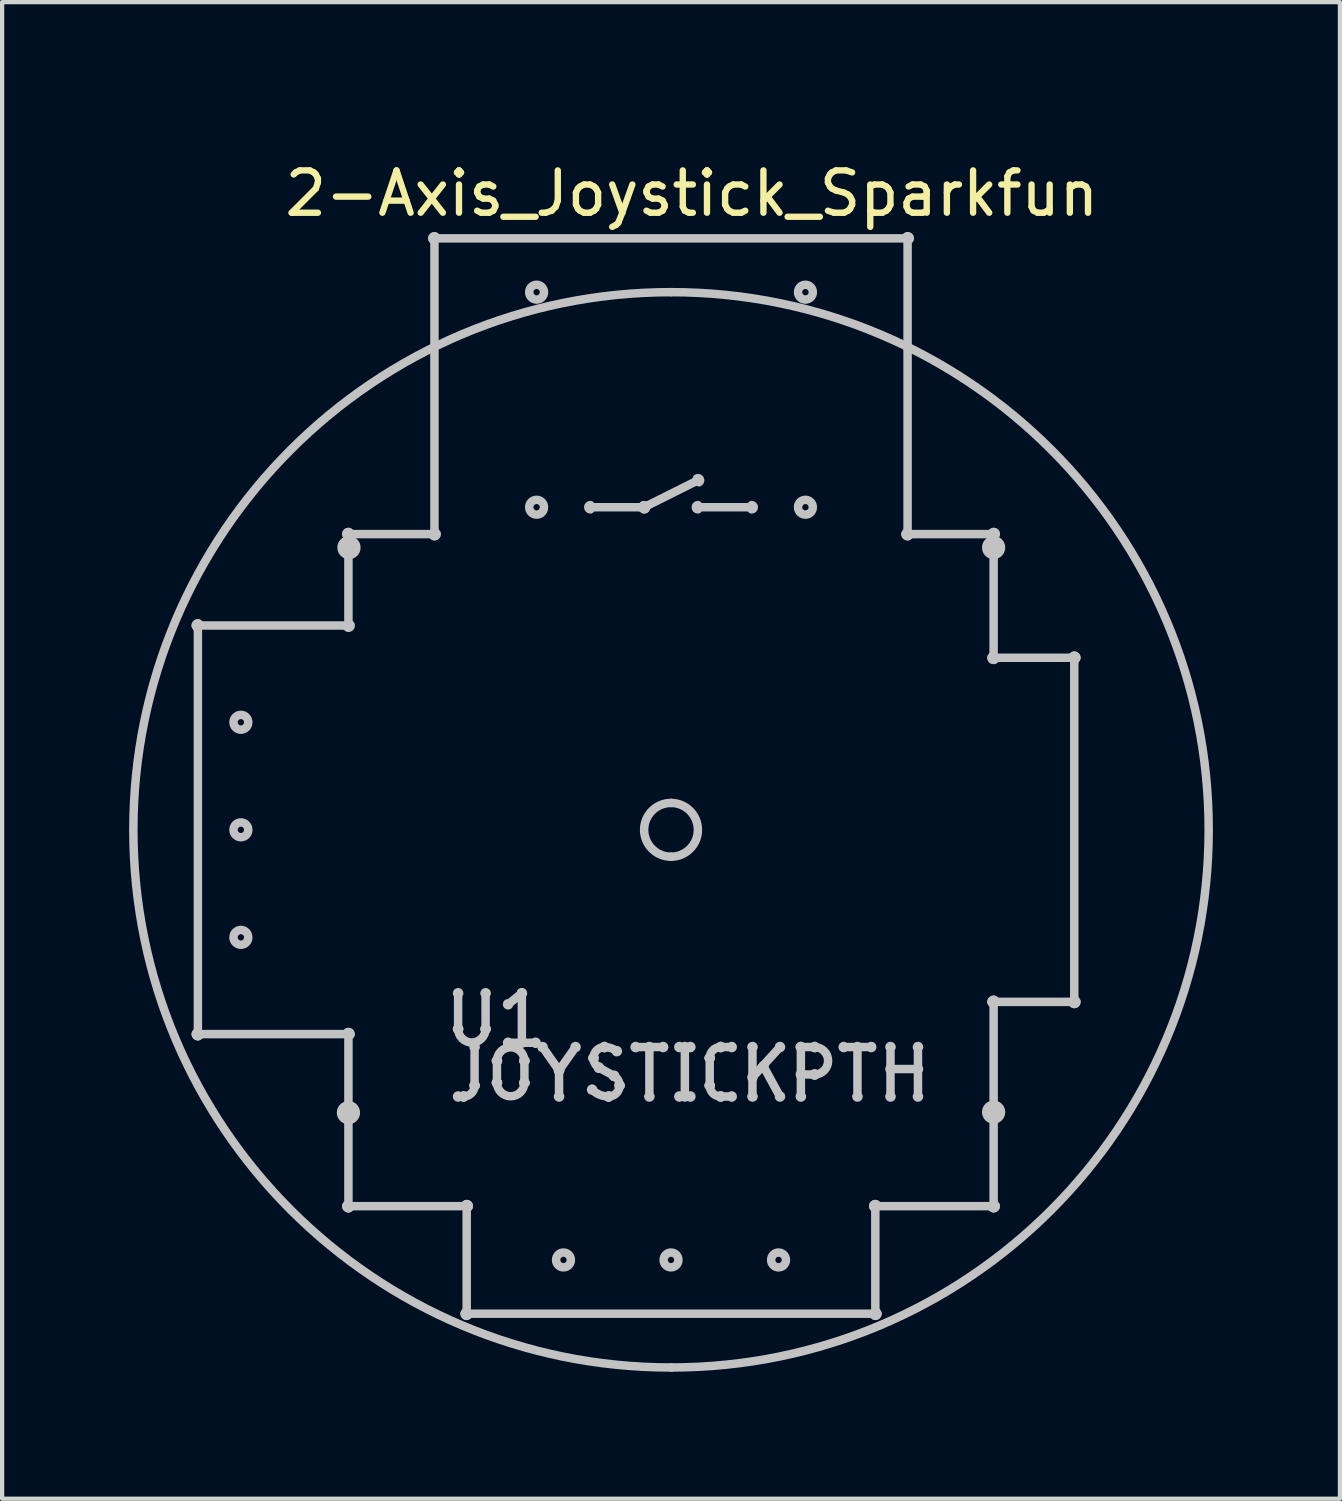
<source format=kicad_pcb>
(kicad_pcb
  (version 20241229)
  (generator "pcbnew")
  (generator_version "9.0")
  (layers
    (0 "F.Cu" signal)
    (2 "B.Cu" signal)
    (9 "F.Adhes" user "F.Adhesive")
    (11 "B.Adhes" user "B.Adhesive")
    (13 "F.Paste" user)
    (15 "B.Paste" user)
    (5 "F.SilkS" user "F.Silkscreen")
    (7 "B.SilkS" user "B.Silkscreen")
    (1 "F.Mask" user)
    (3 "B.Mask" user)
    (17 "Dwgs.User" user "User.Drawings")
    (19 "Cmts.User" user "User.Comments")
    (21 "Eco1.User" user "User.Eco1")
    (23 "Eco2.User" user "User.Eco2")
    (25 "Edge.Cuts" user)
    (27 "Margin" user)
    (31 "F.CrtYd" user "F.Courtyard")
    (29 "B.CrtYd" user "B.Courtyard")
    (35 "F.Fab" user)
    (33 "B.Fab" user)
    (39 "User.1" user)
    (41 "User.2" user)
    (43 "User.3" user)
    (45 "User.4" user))
  (footprint "2-Axis_Joystick_Sparkfun"
    (layer "F.Cu")
    (at 13.292 0.25)
    (property "Reference" "2-Axis_Joystick_Sparkfun" (at 0 1.27 0) (layer "F.SilkS") (effects (font (size 1 1) (thickness 0.15))))
    (attr through_hole)
    (fp_line (start -11.668 11.475) (end -11.668 21.127) (stroke (width 0.2) (type solid)) (layer "Dwgs.User"))
    (fp_line (start -8.112 11.475) (end -11.668 11.475) (stroke (width 0.2) (type solid)) (layer "Dwgs.User"))
    (fp_line (start -8.112 11.475) (end -8.112 9.316) (stroke (width 0.2) (type solid)) (layer "Dwgs.User"))
    (fp_line (start -8.112 21.127) (end -11.668 21.127) (stroke (width 0.2) (type solid)) (layer "Dwgs.User"))
    (fp_line (start -8.112 21.127) (end -8.112 25.191) (stroke (width 0.2) (type solid)) (layer "Dwgs.User"))
    (fp_line (start -6.08 2.331) (end -6.08 9.316) (stroke (width 0.2) (type solid)) (layer "Dwgs.User"))
    (fp_line (start -6.08 9.316) (end -8.112 9.316) (stroke (width 0.2) (type solid)) (layer "Dwgs.User"))
    (fp_line (start -5.521 20.162) (end -5.521 21.006) (stroke (width 0.2) (type solid)) (layer "Dwgs.User"))
    (fp_line (start -5.391 22.601) (end -5.521 22.601) (stroke (width 0.2) (type solid)) (layer "Dwgs.User"))
    (fp_line (start -5.318 25.191) (end -8.112 25.191) (stroke (width 0.2) (type solid)) (layer "Dwgs.User"))
    (fp_line (start -5.318 27.731) (end -5.318 25.191) (stroke (width 0.2) (type solid)) (layer "Dwgs.User"))
    (fp_line (start -5.132 21.432) (end -5.132 22.341) (stroke (width 0.2) (type solid)) (layer "Dwgs.User"))
    (fp_line (start -4.872 21.006) (end -4.872 20.162) (stroke (width 0.2) (type solid)) (layer "Dwgs.User"))
    (fp_line (start -4.604 22.276) (end -4.604 21.757) (stroke (width 0.2) (type solid)) (layer "Dwgs.User"))
    (fp_line (start -4.34 20.422) (end -4.015 20.162) (stroke (width 0.2) (type solid)) (layer "Dwgs.User"))
    (fp_line (start -4.34 21.331) (end -3.691 21.331) (stroke (width 0.2) (type solid)) (layer "Dwgs.User"))
    (fp_line (start -4.015 20.162) (end -4.015 21.331) (stroke (width 0.2) (type solid)) (layer "Dwgs.User"))
    (fp_line (start -3.955 21.757) (end -3.955 22.276) (stroke (width 0.2) (type solid)) (layer "Dwgs.User"))
    (fp_line (start -3.526 21.432) (end -3.137 21.984) (stroke (width 0.2) (type solid)) (layer "Dwgs.User"))
    (fp_line (start -3.137 21.984) (end -2.747 21.432) (stroke (width 0.2) (type solid)) (layer "Dwgs.User"))
    (fp_line (start -3.137 22.601) (end -3.137 21.984) (stroke (width 0.2) (type solid)) (layer "Dwgs.User"))
    (fp_line (start -2.397 8.681) (end -1.127 8.681) (stroke (width 0.2) (type solid)) (layer "Dwgs.User"))
    (fp_line (start -1.837 22.114) (end -2.194 21.919) (stroke (width 0.2) (type solid)) (layer "Dwgs.User"))
    (fp_line (start -1.328 21.432) (end -0.679 21.432) (stroke (width 0.2) (type solid)) (layer "Dwgs.User"))
    (fp_line (start -1.127 8.681) (end 0.143 8.046) (stroke (width 0.2) (type solid)) (layer "Dwgs.User"))
    (fp_line (start -1.003 22.601) (end -1.003 21.432) (stroke (width 0.2) (type solid)) (layer "Dwgs.User"))
    (fp_line (start -0.295 21.432) (end -0.035 21.432) (stroke (width 0.2) (type solid)) (layer "Dwgs.User"))
    (fp_line (start -0.295 22.601) (end -0.035 22.601) (stroke (width 0.2) (type solid)) (layer "Dwgs.User"))
    (fp_line (start -0.165 21.432) (end -0.165 22.601) (stroke (width 0.2) (type solid)) (layer "Dwgs.User"))
    (fp_line (start 0.143 8.681) (end 1.413 8.681) (stroke (width 0.2) (type solid)) (layer "Dwgs.User"))
    (fp_line (start 0.422 22.341) (end 0.422 21.692) (stroke (width 0.2) (type solid)) (layer "Dwgs.User"))
    (fp_line (start 0.681 21.432) (end 0.941 21.432) (stroke (width 0.2) (type solid)) (layer "Dwgs.User"))
    (fp_line (start 0.941 22.601) (end 0.681 22.601) (stroke (width 0.2) (type solid)) (layer "Dwgs.User"))
    (fp_line (start 1.432 22.601) (end 1.432 21.432) (stroke (width 0.2) (type solid)) (layer "Dwgs.User"))
    (fp_line (start 2.082 21.432) (end 1.432 22.146) (stroke (width 0.2) (type solid)) (layer "Dwgs.User"))
    (fp_line (start 2.082 22.601) (end 1.692 21.887) (stroke (width 0.2) (type solid)) (layer "Dwgs.User"))
    (fp_line (start 2.575 21.432) (end 2.9 21.432) (stroke (width 0.2) (type solid)) (layer "Dwgs.User"))
    (fp_line (start 2.575 22.601) (end 2.575 21.432) (stroke (width 0.2) (type solid)) (layer "Dwgs.User"))
    (fp_line (start 2.9 22.081) (end 2.575 22.081) (stroke (width 0.2) (type solid)) (layer "Dwgs.User"))
    (fp_line (start 3.587 21.432) (end 4.236 21.432) (stroke (width 0.2) (type solid)) (layer "Dwgs.User"))
    (fp_line (start 3.912 22.601) (end 3.912 21.432) (stroke (width 0.2) (type solid)) (layer "Dwgs.User"))
    (fp_line (start 4.334 25.191) (end 7.128 25.191) (stroke (width 0.2) (type solid)) (layer "Dwgs.User"))
    (fp_line (start 4.334 27.731) (end -5.318 27.731) (stroke (width 0.2) (type solid)) (layer "Dwgs.User"))
    (fp_line (start 4.334 27.731) (end 4.334 25.191) (stroke (width 0.2) (type solid)) (layer "Dwgs.User"))
    (fp_line (start 4.692 21.951) (end 5.341 21.951) (stroke (width 0.2) (type solid)) (layer "Dwgs.User"))
    (fp_line (start 4.692 22.601) (end 4.692 21.432) (stroke (width 0.2) (type solid)) (layer "Dwgs.User"))
    (fp_line (start 5.096 2.331) (end -6.08 2.331) (stroke (width 0.2) (type solid)) (layer "Dwgs.User"))
    (fp_line (start 5.096 2.331) (end 5.096 9.316) (stroke (width 0.2) (type solid)) (layer "Dwgs.User"))
    (fp_line (start 5.341 21.432) (end 5.341 22.601) (stroke (width 0.2) (type solid)) (layer "Dwgs.User"))
    (fp_line (start 7.128 9.316) (end 5.096 9.316) (stroke (width 0.2) (type solid)) (layer "Dwgs.User"))
    (fp_line (start 7.128 12.237) (end 7.128 9.316) (stroke (width 0.2) (type solid)) (layer "Dwgs.User"))
    (fp_line (start 7.128 12.237) (end 9.033 12.237) (stroke (width 0.2) (type solid)) (layer "Dwgs.User"))
    (fp_line (start 7.128 20.365) (end 7.128 25.191) (stroke (width 0.2) (type solid)) (layer "Dwgs.User"))
    (fp_line (start 7.128 20.365) (end 9.033 20.365) (stroke (width 0.2) (type solid)) (layer "Dwgs.User"))
    (fp_line (start 9.033 12.237) (end 9.033 20.365) (stroke (width 0.2) (type solid)) (layer "Dwgs.User"))
    (fp_arc (start -11.7187 11.4753) (mid -11.6679 11.4245) (end -11.6171 11.4753) (stroke (width 0.2) (type solid)) (layer "Dwgs.User"))
    (fp_arc (start -11.6679 11.5261) (mid -11.7187 11.4753) (end -11.6679 11.4245) (stroke (width 0.2) (type solid)) (layer "Dwgs.User"))
    (fp_arc (start -11.6679 21.1781) (mid -11.7187 21.1273) (end -11.6679 21.0765) (stroke (width 0.2) (type solid)) (layer "Dwgs.User"))
    (fp_arc (start -11.6171 21.1273) (mid -11.6679 21.1781) (end -11.7187 21.1273) (stroke (width 0.2) (type solid)) (layer "Dwgs.User"))
    (fp_arc (start -8.1627 9.3163) (mid -8.1119 9.2655) (end -8.0611 9.3163) (stroke (width 0.2) (type solid)) (layer "Dwgs.User"))
    (fp_arc (start -8.1627 21.1273) (mid -8.1119 21.0765) (end -8.0611 21.1273) (stroke (width 0.2) (type solid)) (layer "Dwgs.User"))
    (fp_arc (start -8.1119 9.3671) (mid -8.1627 9.3163) (end -8.1119 9.2655) (stroke (width 0.2) (type solid)) (layer "Dwgs.User"))
    (fp_arc (start -8.1119 11.4245) (mid -8.0611 11.4753) (end -8.1119 11.5261) (stroke (width 0.2) (type solid)) (layer "Dwgs.User"))
    (fp_arc (start -8.1119 21.0765) (mid -8.0611 21.1273) (end -8.1119 21.1781) (stroke (width 0.2) (type solid)) (layer "Dwgs.User"))
    (fp_arc (start -8.1119 25.2421) (mid -8.1627 25.1913) (end -8.1119 25.1405) (stroke (width 0.2) (type solid)) (layer "Dwgs.User"))
    (fp_arc (start -8.0611 11.4753) (mid -8.1119 11.5261) (end -8.1627 11.4753) (stroke (width 0.2) (type solid)) (layer "Dwgs.User"))
    (fp_arc (start -8.0611 25.1913) (mid -8.1119 25.2421) (end -8.1627 25.1913) (stroke (width 0.2) (type solid)) (layer "Dwgs.User"))
    (fp_arc (start -6.1307 2.3313) (mid -6.0799 2.2805) (end -6.0291 2.3313) (stroke (width 0.2) (type solid)) (layer "Dwgs.User"))
    (fp_arc (start -6.0799 2.3821) (mid -6.1307 2.3313) (end -6.0799 2.2805) (stroke (width 0.2) (type solid)) (layer "Dwgs.User"))
    (fp_arc (start -6.0799 9.2655) (mid -6.0291 9.3163) (end -6.0799 9.3671) (stroke (width 0.2) (type solid)) (layer "Dwgs.User"))
    (fp_arc (start -6.0291 9.3163) (mid -6.0799 9.3671) (end -6.1307 9.3163) (stroke (width 0.2) (type solid)) (layer "Dwgs.User"))
    (fp_arc (start -5.546502 20.1621) (mid -5.521101 20.136699) (end -5.4957 20.1621) (stroke (width 0.2) (type solid)) (layer "Dwgs.User"))
    (fp_arc (start -5.546502 21.0059) (mid -5.521101 20.980499) (end -5.4957 21.0059) (stroke (width 0.2) (type solid)) (layer "Dwgs.User"))
    (fp_arc (start -5.5211 22.6259) (mid -5.5465 22.6005) (end -5.5211 22.5751) (stroke (width 0.2) (type solid)) (layer "Dwgs.User"))
    (fp_arc (start -5.495702 21.0059) (mid -5.521101 21.031299) (end -5.5465 21.0059) (stroke (width 0.2) (type solid)) (layer "Dwgs.User"))
    (fp_arc (start -5.3913 22.5751) (mid -5.3659 22.6005) (end -5.3913 22.6259) (stroke (width 0.2) (type solid)) (layer "Dwgs.User"))
    (fp_arc (start -5.3913 22.6259) (mid -5.4167 22.6005) (end -5.3913 22.5751) (stroke (width 0.2) (type solid)) (layer "Dwgs.User"))
    (fp_arc (start -5.3687 25.1913) (mid -5.3179 25.1405) (end -5.2671 25.1913) (stroke (width 0.2) (type solid)) (layer "Dwgs.User"))
    (fp_arc (start -5.3179 25.1405) (mid -5.2671 25.1913) (end -5.3179 25.2421) (stroke (width 0.2) (type solid)) (layer "Dwgs.User"))
    (fp_arc (start -5.3179 27.7821) (mid -5.3687 27.7313) (end -5.3179 27.6805) (stroke (width 0.2) (type solid)) (layer "Dwgs.User"))
    (fp_arc (start -5.2671 27.7313) (mid -5.3179 27.7821) (end -5.3687 27.7313) (stroke (width 0.2) (type solid)) (layer "Dwgs.User"))
    (fp_arc (start -5.157 21.4321) (mid -5.1316 21.4067) (end -5.1062 21.4321) (stroke (width 0.2) (type solid)) (layer "Dwgs.User"))
    (fp_arc (start -5.157 22.3409) (mid -5.1316 22.3155) (end -5.1062 22.3409) (stroke (width 0.2) (type solid)) (layer "Dwgs.User"))
    (fp_arc (start -5.131601 22.340899) (mid -5.207687 22.524483) (end -5.3913 22.6005) (stroke (width 0.2) (type solid)) (layer "Dwgs.User"))
    (fp_arc (start -5.1062 22.3409) (mid -5.1316 22.3663) (end -5.157 22.3409) (stroke (width 0.2) (type solid)) (layer "Dwgs.User"))
    (fp_arc (start -4.8974 20.1621) (mid -4.872 20.1367) (end -4.8466 20.1621) (stroke (width 0.2) (type solid)) (layer "Dwgs.User"))
    (fp_arc (start -4.8974 21.0059) (mid -4.872 20.9805) (end -4.8466 21.0059) (stroke (width 0.2) (type solid)) (layer "Dwgs.User"))
    (fp_arc (start -4.872 21.0059) (mid -5.19655 21.33045) (end -5.5211 21.0059) (stroke (width 0.2) (type solid)) (layer "Dwgs.User"))
    (fp_arc (start -4.8466 21.0059) (mid -4.872 21.0313) (end -4.8974 21.0059) (stroke (width 0.2) (type solid)) (layer "Dwgs.User"))
    (fp_arc (start -4.6297 21.7567) (mid -4.6043 21.7313) (end -4.5789 21.7567) (stroke (width 0.2) (type solid)) (layer "Dwgs.User"))
    (fp_arc (start -4.6297 22.2759) (mid -4.6043 22.2505) (end -4.5789 22.2759) (stroke (width 0.2) (type solid)) (layer "Dwgs.User"))
    (fp_arc (start -4.6043 21.7567) (mid -4.27975 21.43215) (end -3.9552 21.7567) (stroke (width 0.2) (type solid)) (layer "Dwgs.User"))
    (fp_arc (start -4.5789 21.7567) (mid -4.6043 21.7821) (end -4.6297 21.7567) (stroke (width 0.2) (type solid)) (layer "Dwgs.User"))
    (fp_arc (start -4.5789 22.2759) (mid -4.6043 22.3013) (end -4.6297 22.2759) (stroke (width 0.2) (type solid)) (layer "Dwgs.User"))
    (fp_arc (start -4.34 21.3559) (mid -4.3654 21.3305) (end -4.34 21.3051) (stroke (width 0.2) (type solid)) (layer "Dwgs.User"))
    (fp_arc (start -4.3241 20.4416) (mid -4.35985 20.43765) (end -4.3559 20.4019) (stroke (width 0.2) (type solid)) (layer "Dwgs.User"))
    (fp_arc (start -4.0409 20.1621) (mid -4.01545 20.13665) (end -3.99 20.1621) (stroke (width 0.2) (type solid)) (layer "Dwgs.User"))
    (fp_arc (start -4.0313 20.1423) (mid -3.99565 20.14625) (end -3.9996 20.1819) (stroke (width 0.2) (type solid)) (layer "Dwgs.User"))
    (fp_arc (start -3.99 21.3305) (mid -4.01545 21.35595) (end -4.0409 21.3305) (stroke (width 0.2) (type solid)) (layer "Dwgs.User"))
    (fp_arc (start -3.980602 21.7567) (mid -3.955201 21.731299) (end -3.9298 21.7567) (stroke (width 0.2) (type solid)) (layer "Dwgs.User"))
    (fp_arc (start -3.980602 22.2759) (mid -3.955201 22.250499) (end -3.9298 22.2759) (stroke (width 0.2) (type solid)) (layer "Dwgs.User"))
    (fp_arc (start -3.9552 22.2759) (mid -4.27975 22.60045) (end -4.6043 22.2759) (stroke (width 0.2) (type solid)) (layer "Dwgs.User"))
    (fp_arc (start -3.929802 21.7567) (mid -3.955201 21.782099) (end -3.9806 21.7567) (stroke (width 0.2) (type solid)) (layer "Dwgs.User"))
    (fp_arc (start -3.929802 22.2759) (mid -3.955201 22.301299) (end -3.9806 22.2759) (stroke (width 0.2) (type solid)) (layer "Dwgs.User"))
    (fp_arc (start -3.6909 21.3051) (mid -3.6655 21.3305) (end -3.6909 21.3559) (stroke (width 0.2) (type solid)) (layer "Dwgs.User"))
    (fp_arc (start -3.547 21.4467) (mid -3.54085 21.41135) (end -3.5055 21.4175) (stroke (width 0.2) (type solid)) (layer "Dwgs.User"))
    (fp_arc (start -3.162102 21.9838) (mid -3.136701 21.958399) (end -3.1113 21.9838) (stroke (width 0.2) (type solid)) (layer "Dwgs.User"))
    (fp_arc (start -3.116 21.9692) (mid -3.1221 22.0046) (end -3.1575 21.9985) (stroke (width 0.2) (type solid)) (layer "Dwgs.User"))
    (fp_arc (start -3.116 21.9985) (mid -3.1514 22.0046) (end -3.1575 21.9692) (stroke (width 0.2) (type solid)) (layer "Dwgs.User"))
    (fp_arc (start -3.111302 22.6005) (mid -3.136701 22.625899) (end -3.1621 22.6005) (stroke (width 0.2) (type solid)) (layer "Dwgs.User"))
    (fp_arc (start -2.768 21.4175) (mid -2.73265 21.41135) (end -2.7265 21.4467) (stroke (width 0.2) (type solid)) (layer "Dwgs.User"))
    (fp_arc (start -2.3969 8.7321) (mid -2.4477 8.6813) (end -2.3969 8.6305) (stroke (width 0.2) (type solid)) (layer "Dwgs.User"))
    (fp_arc (start -2.3744 22.4561) (mid -2.3743 22.4202) (end -2.3384 22.4203) (stroke (width 0.2) (type solid)) (layer "Dwgs.User"))
    (fp_arc (start -2.3493 21.6917) (mid -2.3239 21.6663) (end -2.2985 21.6917) (stroke (width 0.2) (type solid)) (layer "Dwgs.User"))
    (fp_arc (start -2.323901 21.691701) (mid -2.247864 21.508137) (end -2.0643 21.4321) (stroke (width 0.2) (type solid)) (layer "Dwgs.User"))
    (fp_arc (start -2.2985 21.6917) (mid -2.3239 21.7171) (end -2.3493 21.6917) (stroke (width 0.2) (type solid)) (layer "Dwgs.User"))
    (fp_arc (start -2.2063 21.9412) (mid -2.21645 21.90675) (end -2.182 21.8966) (stroke (width 0.2) (type solid)) (layer "Dwgs.User"))
    (fp_arc (start -2.194101 21.9189) (mid -2.289173 21.822537) (end -2.3239 21.6917) (stroke (width 0.2) (type solid)) (layer "Dwgs.User"))
    (fp_arc (start -2.1812 21.8971) (mid -2.17225 21.93185) (end -2.207 21.9408) (stroke (width 0.2) (type solid)) (layer "Dwgs.User"))
    (fp_arc (start -2.0643 21.4067) (mid -2.0389 21.4321) (end -2.0643 21.4575) (stroke (width 0.2) (type solid)) (layer "Dwgs.User"))
    (fp_arc (start -2.0643 21.4321) (mid -1.910346 21.457096) (end -1.7722 21.5295) (stroke (width 0.2) (type solid)) (layer "Dwgs.User"))
    (fp_arc (start -2.0643 21.4575) (mid -2.0897 21.4321) (end -2.0643 21.4067) (stroke (width 0.2) (type solid)) (layer "Dwgs.User"))
    (fp_arc (start -1.9669 22.5751) (mid -1.9415 22.6005) (end -1.9669 22.6259) (stroke (width 0.2) (type solid)) (layer "Dwgs.User"))
    (fp_arc (start -1.9669 22.6005) (mid -2.17788 22.5583) (end -2.3564 22.4382) (stroke (width 0.2) (type solid)) (layer "Dwgs.User"))
    (fp_arc (start -1.9669 22.6259) (mid -1.9923 22.6005) (end -1.9669 22.5751) (stroke (width 0.2) (type solid)) (layer "Dwgs.User"))
    (fp_arc (start -1.85 22.1356) (mid -1.859 22.1008) (end -1.8242 22.0918) (stroke (width 0.2) (type solid)) (layer "Dwgs.User"))
    (fp_arc (start -1.837101 22.1137) (mid -1.742029 22.210062) (end -1.7073 22.3409) (stroke (width 0.2) (type solid)) (layer "Dwgs.User"))
    (fp_arc (start -1.8249 22.0914) (mid -1.8148 22.1259) (end -1.8493 22.136) (stroke (width 0.2) (type solid)) (layer "Dwgs.User"))
    (fp_arc (start -1.757 21.5091) (mid -1.75185 21.54465) (end -1.7874 21.5498) (stroke (width 0.2) (type solid)) (layer "Dwgs.User"))
    (fp_arc (start -1.7327 22.3409) (mid -1.7073 22.3155) (end -1.6819 22.3409) (stroke (width 0.2) (type solid)) (layer "Dwgs.User"))
    (fp_arc (start -1.707301 22.340899) (mid -1.783337 22.524462) (end -1.9669 22.6005) (stroke (width 0.2) (type solid)) (layer "Dwgs.User"))
    (fp_arc (start -1.6819 22.3409) (mid -1.7073 22.3663) (end -1.7327 22.3409) (stroke (width 0.2) (type solid)) (layer "Dwgs.User"))
    (fp_arc (start -1.3277 21.4575) (mid -1.3531 21.4321) (end -1.3277 21.4067) (stroke (width 0.2) (type solid)) (layer "Dwgs.User"))
    (fp_arc (start -1.1269 8.6305) (mid -1.0761 8.6813) (end -1.1269 8.7321) (stroke (width 0.2) (type solid)) (layer "Dwgs.User"))
    (fp_arc (start -1.1042 8.7267) (mid -1.1723 8.704) (end -1.1496 8.6359) (stroke (width 0.2) (type solid)) (layer "Dwgs.User"))
    (fp_arc (start -1.0285 21.4321) (mid -1.0031 21.4067) (end -0.9777 21.4321) (stroke (width 0.2) (type solid)) (layer "Dwgs.User"))
    (fp_arc (start -0.9777 22.6005) (mid -1.0031 22.6259) (end -1.0285 22.6005) (stroke (width 0.2) (type solid)) (layer "Dwgs.User"))
    (fp_arc (start -0.6786 21.4067) (mid -0.6532 21.4321) (end -0.6786 21.4575) (stroke (width 0.2) (type solid)) (layer "Dwgs.User"))
    (fp_arc (start -0.4919 3.6013) (mid 12.2081 16.3013) (end -0.4919 29.0013) (stroke (width 0.2) (type solid)) (layer "Dwgs.User"))
    (fp_arc (start -0.4919 15.6663) (mid 0.1431 16.3013) (end -0.4919 16.9363) (stroke (width 0.2) (type solid)) (layer "Dwgs.User"))
    (fp_arc (start -0.4919 16.9363) (mid -1.1269 16.3013) (end -0.4919 15.6663) (stroke (width 0.2) (type solid)) (layer "Dwgs.User"))
    (fp_arc (start -0.4919 29.0013) (mid -13.1919 16.3013) (end -0.4919 3.6013) (stroke (width 0.2) (type solid)) (layer "Dwgs.User"))
    (fp_arc (start -0.2948 21.4575) (mid -0.3202 21.4321) (end -0.2948 21.4067) (stroke (width 0.2) (type solid)) (layer "Dwgs.User"))
    (fp_arc (start -0.2948 22.6259) (mid -0.3202 22.6005) (end -0.2948 22.5751) (stroke (width 0.2) (type solid)) (layer "Dwgs.User"))
    (fp_arc (start -0.1903 21.4321) (mid -0.1649 21.4067) (end -0.1395 21.4321) (stroke (width 0.2) (type solid)) (layer "Dwgs.User"))
    (fp_arc (start -0.1395 22.6005) (mid -0.1649 22.6259) (end -0.1903 22.6005) (stroke (width 0.2) (type solid)) (layer "Dwgs.User"))
    (fp_arc (start -0.0351 21.4067) (mid -0.0097 21.4321) (end -0.0351 21.4575) (stroke (width 0.2) (type solid)) (layer "Dwgs.User"))
    (fp_arc (start -0.0351 22.5751) (mid -0.0097 22.6005) (end -0.0351 22.6259) (stroke (width 0.2) (type solid)) (layer "Dwgs.User"))
    (fp_arc (start 0.1204 8.0009) (mid 0.1885 8.0236) (end 0.1658 8.0917) (stroke (width 0.2) (type solid)) (layer "Dwgs.User"))
    (fp_arc (start 0.1431 8.7321) (mid 0.0923 8.6813) (end 0.1431 8.6305) (stroke (width 0.2) (type solid)) (layer "Dwgs.User"))
    (fp_arc (start 0.3962 21.6917) (mid 0.4216 21.6663) (end 0.447 21.6917) (stroke (width 0.2) (type solid)) (layer "Dwgs.User"))
    (fp_arc (start 0.3962 22.3409) (mid 0.4216 22.3155) (end 0.447 22.3409) (stroke (width 0.2) (type solid)) (layer "Dwgs.User"))
    (fp_arc (start 0.421599 21.691701) (mid 0.497636 21.508137) (end 0.6812 21.4321) (stroke (width 0.2) (type solid)) (layer "Dwgs.User"))
    (fp_arc (start 0.447 21.6917) (mid 0.4216 21.7171) (end 0.3962 21.6917) (stroke (width 0.2) (type solid)) (layer "Dwgs.User"))
    (fp_arc (start 0.447 22.3409) (mid 0.4216 22.3663) (end 0.3962 22.3409) (stroke (width 0.2) (type solid)) (layer "Dwgs.User"))
    (fp_arc (start 0.6812 21.4067) (mid 0.7066 21.4321) (end 0.6812 21.4575) (stroke (width 0.2) (type solid)) (layer "Dwgs.User"))
    (fp_arc (start 0.6812 21.4575) (mid 0.6558 21.4321) (end 0.6812 21.4067) (stroke (width 0.2) (type solid)) (layer "Dwgs.User"))
    (fp_arc (start 0.6812 22.5751) (mid 0.7066 22.6005) (end 0.6812 22.6259) (stroke (width 0.2) (type solid)) (layer "Dwgs.User"))
    (fp_arc (start 0.6812 22.6005) (mid 0.497637 22.524463) (end 0.4216 22.3409) (stroke (width 0.2) (type solid)) (layer "Dwgs.User"))
    (fp_arc (start 0.6812 22.6259) (mid 0.6558 22.6005) (end 0.6812 22.5751) (stroke (width 0.2) (type solid)) (layer "Dwgs.User"))
    (fp_arc (start 0.9409 21.4067) (mid 0.9663 21.4321) (end 0.9409 21.4575) (stroke (width 0.2) (type solid)) (layer "Dwgs.User"))
    (fp_arc (start 0.9409 22.5751) (mid 0.9663 22.6005) (end 0.9409 22.6259) (stroke (width 0.2) (type solid)) (layer "Dwgs.User"))
    (fp_arc (start 1.407 21.4321) (mid 1.4324 21.4067) (end 1.4578 21.4321) (stroke (width 0.2) (type solid)) (layer "Dwgs.User"))
    (fp_arc (start 1.4131 8.6305) (mid 1.4639 8.6813) (end 1.4131 8.7321) (stroke (width 0.2) (type solid)) (layer "Dwgs.User"))
    (fp_arc (start 1.4512 22.1632) (mid 1.4153 22.1649) (end 1.4136 22.129) (stroke (width 0.2) (type solid)) (layer "Dwgs.User"))
    (fp_arc (start 1.4578 22.6005) (mid 1.4324 22.6259) (end 1.407 22.6005) (stroke (width 0.2) (type solid)) (layer "Dwgs.User"))
    (fp_arc (start 1.6698 21.8986) (mid 1.67995 21.86415) (end 1.7144 21.8743) (stroke (width 0.2) (type solid)) (layer "Dwgs.User"))
    (fp_arc (start 2.0627 21.415) (mid 2.0986 21.4133) (end 2.1003 21.4492) (stroke (width 0.2) (type solid)) (layer "Dwgs.User"))
    (fp_arc (start 2.1038 22.5883) (mid 2.0937 22.6228) (end 2.0592 22.6127) (stroke (width 0.2) (type solid)) (layer "Dwgs.User"))
    (fp_arc (start 2.549998 21.4321) (mid 2.575399 21.406699) (end 2.6008 21.4321) (stroke (width 0.2) (type solid)) (layer "Dwgs.User"))
    (fp_arc (start 2.575399 21.4575) (mid 2.549999 21.4321) (end 2.575399 21.4067) (stroke (width 0.2) (type solid)) (layer "Dwgs.User"))
    (fp_arc (start 2.575399 22.1066) (mid 2.549999 22.0812) (end 2.575399 22.0558) (stroke (width 0.2) (type solid)) (layer "Dwgs.User"))
    (fp_arc (start 2.600798 22.6005) (mid 2.575399 22.625899) (end 2.55 22.6005) (stroke (width 0.2) (type solid)) (layer "Dwgs.User"))
    (fp_arc (start 2.9 21.4067) (mid 2.9254 21.4321) (end 2.9 21.4575) (stroke (width 0.2) (type solid)) (layer "Dwgs.User"))
    (fp_arc (start 2.9 21.4321) (mid 3.22455 21.75665) (end 2.9 22.0812) (stroke (width 0.2) (type solid)) (layer "Dwgs.User"))
    (fp_arc (start 2.9 21.4575) (mid 2.8746 21.4321) (end 2.9 21.4067) (stroke (width 0.2) (type solid)) (layer "Dwgs.User"))
    (fp_arc (start 2.9 22.0558) (mid 2.9254 22.0812) (end 2.9 22.1066) (stroke (width 0.2) (type solid)) (layer "Dwgs.User"))
    (fp_arc (start 2.9 22.1066) (mid 2.8746 22.0812) (end 2.9 22.0558) (stroke (width 0.2) (type solid)) (layer "Dwgs.User"))
    (fp_arc (start 3.587199 21.4575) (mid 3.561799 21.4321) (end 3.587199 21.4067) (stroke (width 0.2) (type solid)) (layer "Dwgs.User"))
    (fp_arc (start 3.8863 21.4321) (mid 3.9117 21.4067) (end 3.9371 21.4321) (stroke (width 0.2) (type solid)) (layer "Dwgs.User"))
    (fp_arc (start 3.9371 22.6005) (mid 3.9117 22.6259) (end 3.8863 22.6005) (stroke (width 0.2) (type solid)) (layer "Dwgs.User"))
    (fp_arc (start 4.2363 21.4067) (mid 4.2617 21.4321) (end 4.2363 21.4575) (stroke (width 0.2) (type solid)) (layer "Dwgs.User"))
    (fp_arc (start 4.2833 25.1913) (mid 4.3341 25.1405) (end 4.3849 25.1913) (stroke (width 0.2) (type solid)) (layer "Dwgs.User"))
    (fp_arc (start 4.3341 25.2421) (mid 4.2833 25.1913) (end 4.3341 25.1405) (stroke (width 0.2) (type solid)) (layer "Dwgs.User"))
    (fp_arc (start 4.3341 27.6805) (mid 4.3849 27.7313) (end 4.3341 27.7821) (stroke (width 0.2) (type solid)) (layer "Dwgs.User"))
    (fp_arc (start 4.3849 27.7313) (mid 4.3341 27.7821) (end 4.2833 27.7313) (stroke (width 0.2) (type solid)) (layer "Dwgs.User"))
    (fp_arc (start 4.6667 21.4321) (mid 4.6921 21.4067) (end 4.7175 21.4321) (stroke (width 0.2) (type solid)) (layer "Dwgs.User"))
    (fp_arc (start 4.6921 21.976802) (mid 4.666699 21.951401) (end 4.6921 21.926) (stroke (width 0.2) (type solid)) (layer "Dwgs.User"))
    (fp_arc (start 4.7175 22.6005) (mid 4.6921 22.6259) (end 4.6667 22.6005) (stroke (width 0.2) (type solid)) (layer "Dwgs.User"))
    (fp_arc (start 5.0453 2.3313) (mid 5.0961 2.2805) (end 5.1469 2.3313) (stroke (width 0.2) (type solid)) (layer "Dwgs.User"))
    (fp_arc (start 5.0961 2.2805) (mid 5.1469 2.3313) (end 5.0961 2.3821) (stroke (width 0.2) (type solid)) (layer "Dwgs.User"))
    (fp_arc (start 5.0961 9.3671) (mid 5.0453 9.3163) (end 5.0961 9.2655) (stroke (width 0.2) (type solid)) (layer "Dwgs.User"))
    (fp_arc (start 5.1469 9.3163) (mid 5.0961 9.3671) (end 5.0453 9.3163) (stroke (width 0.2) (type solid)) (layer "Dwgs.User"))
    (fp_arc (start 5.315798 21.4321) (mid 5.341199 21.406699) (end 5.3666 21.4321) (stroke (width 0.2) (type solid)) (layer "Dwgs.User"))
    (fp_arc (start 5.3412 21.926002) (mid 5.366599 21.951401) (end 5.3412 21.9768) (stroke (width 0.2) (type solid)) (layer "Dwgs.User"))
    (fp_arc (start 5.366598 22.6005) (mid 5.341199 22.625899) (end 5.3158 22.6005) (stroke (width 0.2) (type solid)) (layer "Dwgs.User"))
    (fp_arc (start 7.0773 9.3163) (mid 7.1281 9.2655) (end 7.1789 9.3163) (stroke (width 0.2) (type solid)) (layer "Dwgs.User"))
    (fp_arc (start 7.0773 20.3653) (mid 7.1281 20.3145) (end 7.1789 20.3653) (stroke (width 0.2) (type solid)) (layer "Dwgs.User"))
    (fp_arc (start 7.1281 9.2655) (mid 7.1789 9.3163) (end 7.1281 9.3671) (stroke (width 0.2) (type solid)) (layer "Dwgs.User"))
    (fp_arc (start 7.1281 12.2881) (mid 7.0773 12.2373) (end 7.1281 12.1865) (stroke (width 0.2) (type solid)) (layer "Dwgs.User"))
    (fp_arc (start 7.1281 20.4161) (mid 7.0773 20.3653) (end 7.1281 20.3145) (stroke (width 0.2) (type solid)) (layer "Dwgs.User"))
    (fp_arc (start 7.1281 25.1405) (mid 7.1789 25.1913) (end 7.1281 25.2421) (stroke (width 0.2) (type solid)) (layer "Dwgs.User"))
    (fp_arc (start 7.1789 12.2373) (mid 7.1281 12.2881) (end 7.0773 12.2373) (stroke (width 0.2) (type solid)) (layer "Dwgs.User"))
    (fp_arc (start 7.1789 25.1913) (mid 7.1281 25.2421) (end 7.0773 25.1913) (stroke (width 0.2) (type solid)) (layer "Dwgs.User"))
    (fp_arc (start 8.9823 12.2373) (mid 9.0331 12.1865) (end 9.0839 12.2373) (stroke (width 0.2) (type solid)) (layer "Dwgs.User"))
    (fp_arc (start 9.0331 12.1865) (mid 9.0839 12.2373) (end 9.0331 12.2881) (stroke (width 0.2) (type solid)) (layer "Dwgs.User"))
    (fp_arc (start 9.0331 20.3145) (mid 9.0839 20.3653) (end 9.0331 20.4161) (stroke (width 0.2) (type solid)) (layer "Dwgs.User"))
    (fp_arc (start 9.0839 20.3653) (mid 9.0331 20.4161) (end 8.9823 20.3653) (stroke (width 0.2) (type solid)) (layer "Dwgs.User"))
    (fp_circle (center -10.652 13.761) (end -10.477 13.761) (stroke (width 0.2) (type solid)) (fill no) (layer "Dwgs.User"))
    (fp_circle (center -10.652 16.301) (end -10.477 16.301) (stroke (width 0.2) (type solid)) (fill no) (layer "Dwgs.User"))
    (fp_circle (center -10.652 18.841) (end -10.477 18.841) (stroke (width 0.2) (type solid)) (fill no) (layer "Dwgs.User"))
    (fp_circle (center -8.112 22.982) (end -7.937 22.982) (stroke (width 0.2) (type solid)) (fill no) (layer "Dwgs.User"))
    (fp_circle (center -8.099 9.634) (end -7.924 9.634) (stroke (width 0.2) (type solid)) (fill no) (layer "Dwgs.User"))
    (fp_circle (center -3.667 3.601) (end -3.492 3.601) (stroke (width 0.2) (type solid)) (fill no) (layer "Dwgs.User"))
    (fp_circle (center -3.667 8.681) (end -3.492 8.681) (stroke (width 0.2) (type solid)) (fill no) (layer "Dwgs.User"))
    (fp_circle (center -3.032 26.461) (end -2.857 26.461) (stroke (width 0.2) (type solid)) (fill no) (layer "Dwgs.User"))
    (fp_circle (center -0.492 26.461) (end -0.317 26.461) (stroke (width 0.2) (type solid)) (fill no) (layer "Dwgs.User"))
    (fp_circle (center 2.048 26.461) (end 2.223 26.461) (stroke (width 0.2) (type solid)) (fill no) (layer "Dwgs.User"))
    (fp_circle (center 2.683 3.601) (end 2.858 3.601) (stroke (width 0.2) (type solid)) (fill no) (layer "Dwgs.User"))
    (fp_circle (center 2.683 8.681) (end 2.858 8.681) (stroke (width 0.2) (type solid)) (fill no) (layer "Dwgs.User"))
    (fp_circle (center 7.128 9.634) (end 7.303 9.634) (stroke (width 0.2) (type solid)) (fill no) (layer "Dwgs.User"))
    (fp_circle (center 7.128 22.969) (end 7.303 22.969) (stroke (width 0.2) (type solid)) (fill no) (layer "Dwgs.User")))
  (gr_rect
    (start -3 -3)
    (end 28.6 32.351)
    (stroke (width 0.1) (type default))
    (fill no)
    (layer "Edge.Cuts")))
</source>
